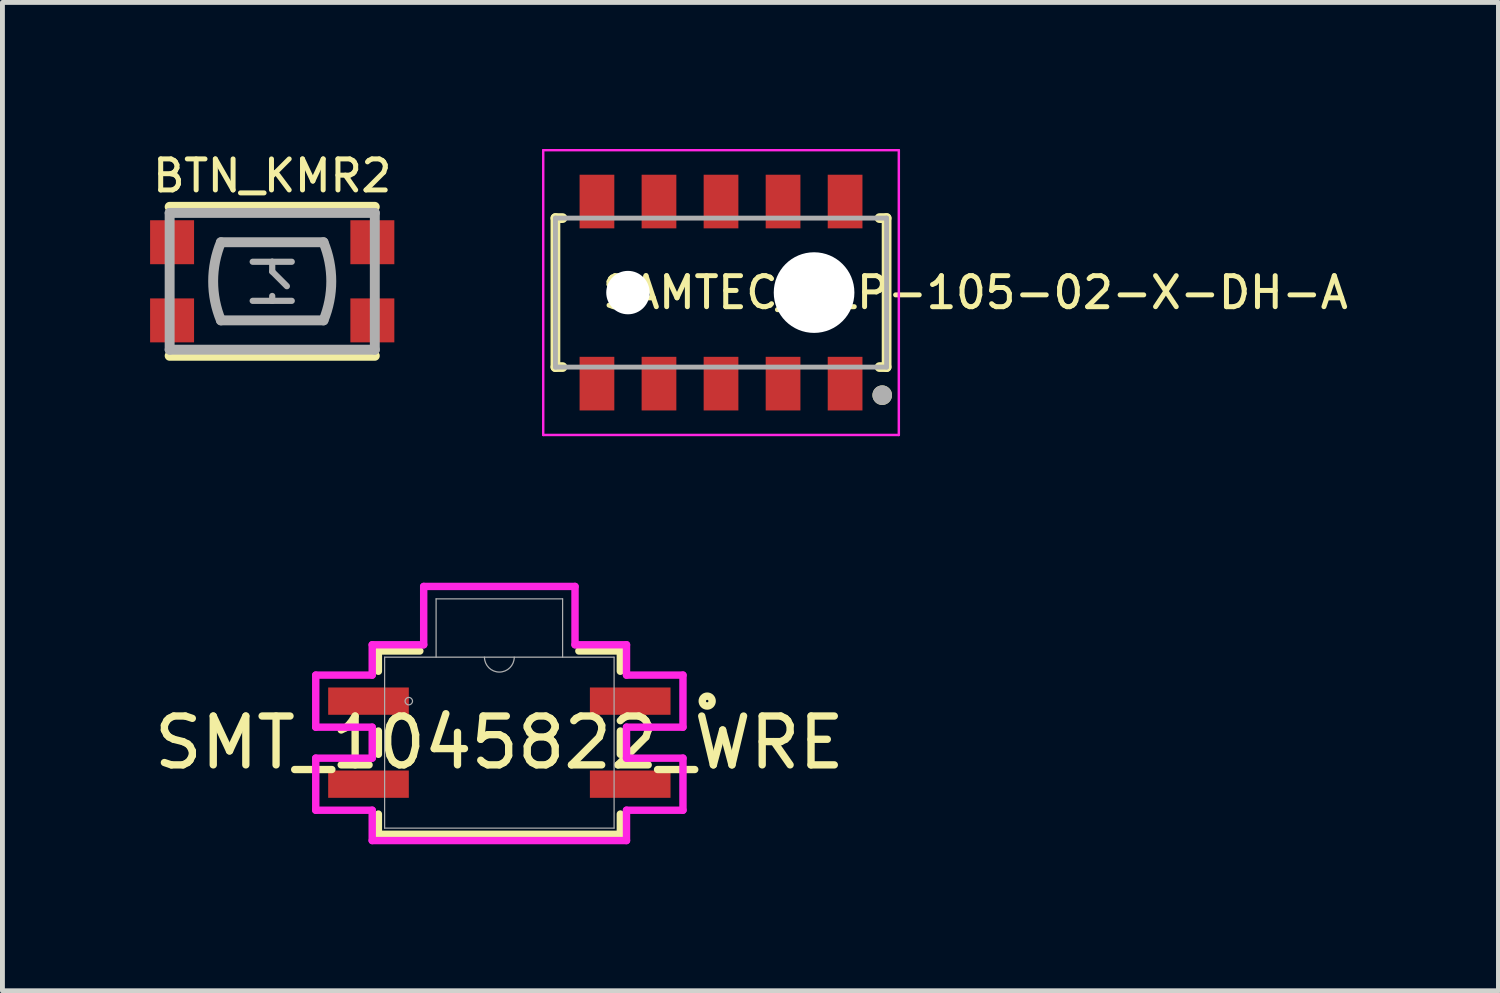
<source format=kicad_pcb>
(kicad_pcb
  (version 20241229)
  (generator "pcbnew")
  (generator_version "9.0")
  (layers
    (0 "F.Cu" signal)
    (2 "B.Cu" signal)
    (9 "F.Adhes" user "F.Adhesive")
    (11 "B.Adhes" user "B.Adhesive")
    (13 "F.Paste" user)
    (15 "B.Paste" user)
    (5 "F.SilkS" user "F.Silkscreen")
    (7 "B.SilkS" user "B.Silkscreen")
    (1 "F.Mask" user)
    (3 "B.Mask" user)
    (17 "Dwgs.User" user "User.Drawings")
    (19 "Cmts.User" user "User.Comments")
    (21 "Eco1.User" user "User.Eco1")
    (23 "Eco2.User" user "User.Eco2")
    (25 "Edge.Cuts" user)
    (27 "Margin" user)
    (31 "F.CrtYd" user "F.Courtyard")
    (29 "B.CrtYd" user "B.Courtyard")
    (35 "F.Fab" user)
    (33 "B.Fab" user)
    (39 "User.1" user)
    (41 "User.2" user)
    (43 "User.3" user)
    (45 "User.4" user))
  (footprint "SAMTEC_CLP-105-02-X-DH-A"
    (layer "F.Cu")
    (at 11.711 2.94)
    (property "Reference" "SAMTEC_CLP-105-02-X-DH-A" (at 5.207 0 0) (layer "F.SilkS") (effects (font (size 0.635 0.635) (thickness 0.102))))
    (attr through_hole)
    (fp_line (start -3.39 -1.525) (end -3.39 1.525) (stroke (width 0.2) (type solid)) (layer "F.SilkS"))
    (fp_line (start -3.39 1.525) (end -3.245 1.525) (stroke (width 0.2) (type solid)) (layer "F.SilkS"))
    (fp_line (start -3.245 -1.525) (end -3.39 -1.525) (stroke (width 0.2) (type solid)) (layer "F.SilkS"))
    (fp_line (start 3.245 -1.525) (end 3.39 -1.525) (stroke (width 0.2) (type solid)) (layer "F.SilkS"))
    (fp_line (start 3.39 -1.525) (end 3.39 1.525) (stroke (width 0.2) (type solid)) (layer "F.SilkS"))
    (fp_line (start 3.39 1.525) (end 3.245 1.525) (stroke (width 0.2) (type solid)) (layer "F.SilkS"))
    (fp_circle (center 3.3 2.1) (end 3.4 2.1) (stroke (width 0.2) (type solid)) (fill no) (layer "F.SilkS"))
    (fp_line (start -3.64 -2.915) (end 3.64 -2.915) (stroke (width 0.05) (type solid)) (layer "F.CrtYd"))
    (fp_line (start -3.64 2.915) (end -3.64 -2.915) (stroke (width 0.05) (type solid)) (layer "F.CrtYd"))
    (fp_line (start 3.64 -2.915) (end 3.64 2.915) (stroke (width 0.05) (type solid)) (layer "F.CrtYd"))
    (fp_line (start 3.64 2.915) (end -3.64 2.915) (stroke (width 0.05) (type solid)) (layer "F.CrtYd"))
    (fp_line (start -3.39 -1.525) (end -3.39 1.525) (stroke (width 0.1) (type solid)) (layer "F.Fab"))
    (fp_line (start -3.39 1.525) (end 3.39 1.525) (stroke (width 0.1) (type solid)) (layer "F.Fab"))
    (fp_line (start 3.39 -1.525) (end -3.39 -1.525) (stroke (width 0.1) (type solid)) (layer "F.Fab"))
    (fp_line (start 3.39 1.525) (end 3.39 -1.525) (stroke (width 0.1) (type solid)) (layer "F.Fab"))
    (fp_circle (center 3.3 2.1) (end 3.4 2.1) (stroke (width 0.2) (type solid)) (fill no) (layer "F.Fab"))
    (pad "" np_thru_hole circle (at -1.905 0) (size 0.889 0.889) (drill 0.889) (layers "*.Cu" "*.Mask"))
    (pad "" np_thru_hole circle (at 1.905 0) (size 1.651 1.651) (drill 1.651) (layers "*.Cu" "*.Mask"))
    (pad "1" smd rect (at 2.54 1.864) (size 0.711 1.098) (layers "F.Cu" "F.Mask" "F.Paste"))
    (pad "2" smd rect (at 2.54 -1.864) (size 0.711 1.098) (layers "F.Cu" "F.Mask" "F.Paste"))
    (pad "3" smd rect (at 1.27 1.864) (size 0.711 1.098) (layers "F.Cu" "F.Mask" "F.Paste"))
    (pad "4" smd rect (at 1.27 -1.864) (size 0.711 1.098) (layers "F.Cu" "F.Mask" "F.Paste"))
    (pad "5" smd rect (at 0 1.864) (size 0.711 1.098) (layers "F.Cu" "F.Mask" "F.Paste"))
    (pad "6" smd rect (at 0 -1.864) (size 0.711 1.098) (layers "F.Cu" "F.Mask" "F.Paste"))
    (pad "7" smd rect (at -1.27 1.864) (size 0.711 1.098) (layers "F.Cu" "F.Mask" "F.Paste"))
    (pad "8" smd rect (at -1.27 -1.864) (size 0.711 1.098) (layers "F.Cu" "F.Mask" "F.Paste"))
    (pad "9" smd rect (at -2.54 1.864) (size 0.711 1.098) (layers "F.Cu" "F.Mask" "F.Paste"))
    (pad "10" smd rect (at -2.54 -1.864) (size 0.711 1.098) (layers "F.Cu" "F.Mask" "F.Paste")))
  (footprint "SMT_1045822_WRE"
    (layer "F.Cu")
    (at 7.173 12.154)
    (property "Reference" "SMT_1045822_WRE" (at 0 0 0) (unlocked yes) (layer "F.SilkS") (effects (font (size 1 1) (thickness 0.15))))
    (attr smd)
    (fp_line (start -2.477 -1.877) (end -2.477 -1.462) (stroke (width 0.152) (type solid)) (layer "F.SilkS"))
    (fp_line (start -2.477 -0.238) (end -2.477 0.238) (stroke (width 0.152) (type solid)) (layer "F.SilkS"))
    (fp_line (start -2.477 1.462) (end -2.477 1.877) (stroke (width 0.152) (type solid)) (layer "F.SilkS"))
    (fp_line (start -2.477 1.877) (end 2.477 1.877) (stroke (width 0.152) (type solid)) (layer "F.SilkS"))
    (fp_line (start -1.628 -1.877) (end -2.477 -1.877) (stroke (width 0.152) (type solid)) (layer "F.SilkS"))
    (fp_line (start 2.477 -1.877) (end 1.628 -1.877) (stroke (width 0.152) (type solid)) (layer "F.SilkS"))
    (fp_line (start 2.477 -1.462) (end 2.477 -1.877) (stroke (width 0.152) (type solid)) (layer "F.SilkS"))
    (fp_line (start 2.477 0.238) (end 2.477 -0.238) (stroke (width 0.152) (type solid)) (layer "F.SilkS"))
    (fp_line (start 2.477 1.877) (end 2.477 1.462) (stroke (width 0.152) (type solid)) (layer "F.SilkS"))
    (fp_circle (center 4.255 -0.851) (end 4.356 -0.851) (stroke (width 0.152) (type solid)) (fill no) (layer "F.SilkS"))
    (fp_line (start -3.759 -1.383) (end -3.759 -0.317) (stroke (width 0.152) (type solid)) (layer "F.CrtYd"))
    (fp_line (start -3.759 -0.317) (end -2.603 -0.317) (stroke (width 0.152) (type solid)) (layer "F.CrtYd"))
    (fp_line (start -3.759 0.317) (end -3.759 1.383) (stroke (width 0.152) (type solid)) (layer "F.CrtYd"))
    (fp_line (start -3.759 1.383) (end -2.603 1.383) (stroke (width 0.152) (type solid)) (layer "F.CrtYd"))
    (fp_line (start -2.603 -2.004) (end -2.603 -1.383) (stroke (width 0.152) (type solid)) (layer "F.CrtYd"))
    (fp_line (start -2.603 -1.383) (end -3.759 -1.383) (stroke (width 0.152) (type solid)) (layer "F.CrtYd"))
    (fp_line (start -2.603 -0.317) (end -2.603 0.317) (stroke (width 0.152) (type solid)) (layer "F.CrtYd"))
    (fp_line (start -2.603 0.317) (end -3.759 0.317) (stroke (width 0.152) (type solid)) (layer "F.CrtYd"))
    (fp_line (start -2.603 1.383) (end -2.603 2.004) (stroke (width 0.152) (type solid)) (layer "F.CrtYd"))
    (fp_line (start -2.603 2.004) (end 2.603 2.004) (stroke (width 0.152) (type solid)) (layer "F.CrtYd"))
    (fp_line (start -1.549 -3.198) (end -1.549 -2.004) (stroke (width 0.152) (type solid)) (layer "F.CrtYd"))
    (fp_line (start -1.549 -2.004) (end -2.603 -2.004) (stroke (width 0.152) (type solid)) (layer "F.CrtYd"))
    (fp_line (start 1.549 -3.198) (end -1.549 -3.198) (stroke (width 0.152) (type solid)) (layer "F.CrtYd"))
    (fp_line (start 1.549 -2.004) (end 1.549 -3.198) (stroke (width 0.152) (type solid)) (layer "F.CrtYd"))
    (fp_line (start 2.603 -2.004) (end 1.549 -2.004) (stroke (width 0.152) (type solid)) (layer "F.CrtYd"))
    (fp_line (start 2.603 -1.383) (end 2.603 -2.004) (stroke (width 0.152) (type solid)) (layer "F.CrtYd"))
    (fp_line (start 2.603 -0.317) (end 3.759 -0.317) (stroke (width 0.152) (type solid)) (layer "F.CrtYd"))
    (fp_line (start 2.603 0.317) (end 2.603 -0.317) (stroke (width 0.152) (type solid)) (layer "F.CrtYd"))
    (fp_line (start 2.603 1.383) (end 3.759 1.383) (stroke (width 0.152) (type solid)) (layer "F.CrtYd"))
    (fp_line (start 2.603 2.004) (end 2.603 1.383) (stroke (width 0.152) (type solid)) (layer "F.CrtYd"))
    (fp_line (start 3.759 -1.383) (end 2.603 -1.383) (stroke (width 0.152) (type solid)) (layer "F.CrtYd"))
    (fp_line (start 3.759 -0.317) (end 3.759 -1.383) (stroke (width 0.152) (type solid)) (layer "F.CrtYd"))
    (fp_line (start 3.759 0.317) (end 2.603 0.317) (stroke (width 0.152) (type solid)) (layer "F.CrtYd"))
    (fp_line (start 3.759 1.383) (end 3.759 0.317) (stroke (width 0.152) (type solid)) (layer "F.CrtYd"))
    (fp_line (start -2.349 -1.75) (end -2.349 1.75) (stroke (width 0.025) (type solid)) (layer "F.Fab"))
    (fp_line (start -2.349 1.75) (end 2.349 1.75) (stroke (width 0.025) (type solid)) (layer "F.Fab"))
    (fp_line (start -1.295 -2.944) (end 1.295 -2.944) (stroke (width 0.025) (type solid)) (layer "F.Fab"))
    (fp_line (start -1.295 -1.75) (end -1.295 -2.944) (stroke (width 0.025) (type solid)) (layer "F.Fab"))
    (fp_line (start 1.295 -2.944) (end 1.295 -1.75) (stroke (width 0.025) (type solid)) (layer "F.Fab"))
    (fp_line (start 2.349 -1.75) (end -2.349 -1.75) (stroke (width 0.025) (type solid)) (layer "F.Fab"))
    (fp_line (start 2.349 1.75) (end 2.349 -1.75) (stroke (width 0.025) (type solid)) (layer "F.Fab"))
    (fp_arc (start 0.3048 -1.75) (mid 0 -1.4452) (end -0.3048 -1.75) (stroke (width 0.0254) (type solid)) (layer "F.Fab"))
    (fp_circle (center -1.854 -0.85) (end -1.778 -0.85) (stroke (width 0.025) (type solid)) (fill no) (layer "F.Fab"))
    (pad "1" smd rect (at 2.679 -0.85) (size 1.651 0.559) (layers "F.Cu" "F.Mask" "F.Paste"))
    (pad "2" smd rect (at 2.679 0.85) (size 1.651 0.559) (layers "F.Cu" "F.Mask" "F.Paste"))
    (pad "3" smd rect (at -2.679 -0.85) (size 1.651 0.559) (layers "F.Cu" "F.Mask" "F.Paste"))
    (pad "4" smd rect (at -2.679 0.85) (size 1.651 0.559) (layers "F.Cu" "F.Mask" "F.Paste")))
  (footprint "BTN_KMR2"
    (layer "F.Cu")
    (at 2.523 2.709)
    (property "Reference" "BTN_KMR2" (at 0 -2.159 0) (layer "F.SilkS") (effects (font (size 0.635 0.635) (thickness 0.102))))
    (attr smd)
    (fp_line (start -2.1 -1.525) (end 2.1 -1.525) (stroke (width 0.203) (type solid)) (layer "F.SilkS"))
    (fp_line (start 2.1 1.525) (end -2.1 1.525) (stroke (width 0.203) (type solid)) (layer "F.SilkS"))
    (fp_line (start -2.1 -1.4) (end 2.1 -1.4) (stroke (width 0.203) (type solid)) (layer "F.Fab"))
    (fp_line (start -2.1 1.4) (end -2.1 -1.4) (stroke (width 0.203) (type solid)) (layer "F.Fab"))
    (fp_line (start -1.05 -0.8) (end 1.05 -0.8) (stroke (width 0.203) (type solid)) (layer "F.Fab"))
    (fp_line (start -0.4 -0.4) (end 0 -0.4) (stroke (width 0.127) (type solid)) (layer "F.Fab"))
    (fp_line (start -0.4 0.4) (end 0 0.4) (stroke (width 0.127) (type solid)) (layer "F.Fab"))
    (fp_line (start 0 -0.4) (end 0 -0.2) (stroke (width 0.127) (type solid)) (layer "F.Fab"))
    (fp_line (start 0 -0.4) (end 0.4 -0.4) (stroke (width 0.127) (type solid)) (layer "F.Fab"))
    (fp_line (start 0 -0.2) (end 0.3 0.1) (stroke (width 0.127) (type solid)) (layer "F.Fab"))
    (fp_line (start 0 0.4) (end 0 0.3) (stroke (width 0.127) (type solid)) (layer "F.Fab"))
    (fp_line (start 0 0.4) (end 0.4 0.4) (stroke (width 0.127) (type solid)) (layer "F.Fab"))
    (fp_line (start 1.05 0.8) (end -1.05 0.8) (stroke (width 0.203) (type solid)) (layer "F.Fab"))
    (fp_line (start 2.1 -1.4) (end 2.1 1.4) (stroke (width 0.203) (type solid)) (layer "F.Fab"))
    (fp_line (start 2.1 1.4) (end -2.1 1.4) (stroke (width 0.203) (type solid)) (layer "F.Fab"))
    (fp_arc (start -1.05 0.8) (mid -1.209128 0) (end -1.05 -0.799999) (stroke (width 0.2032) (type solid)) (layer "F.Fab"))
    (fp_arc (start 1.05 -0.8) (mid 1.209128 0) (end 1.05 0.799999) (stroke (width 0.2032) (type solid)) (layer "F.Fab"))
    (pad "1" smd rect (at -2.05 -0.8) (size 0.9 0.9) (layers "F.Cu" "F.Mask" "F.Paste"))
    (pad "1" smd rect (at 2.05 -0.8) (size 0.9 0.9) (layers "F.Cu" "F.Mask" "F.Paste"))
    (pad "2" smd rect (at -2.05 0.8) (size 0.9 0.9) (layers "F.Cu" "F.Mask" "F.Paste"))
    (pad "2" smd rect (at 2.05 0.8) (size 0.9 0.9) (layers "F.Cu" "F.Mask" "F.Paste")))
  (gr_rect
    (start -3 -3)
    (end 27.627 17.234)
    (stroke (width 0.1) (type default))
    (fill no)
    (layer "Edge.Cuts")))
</source>
